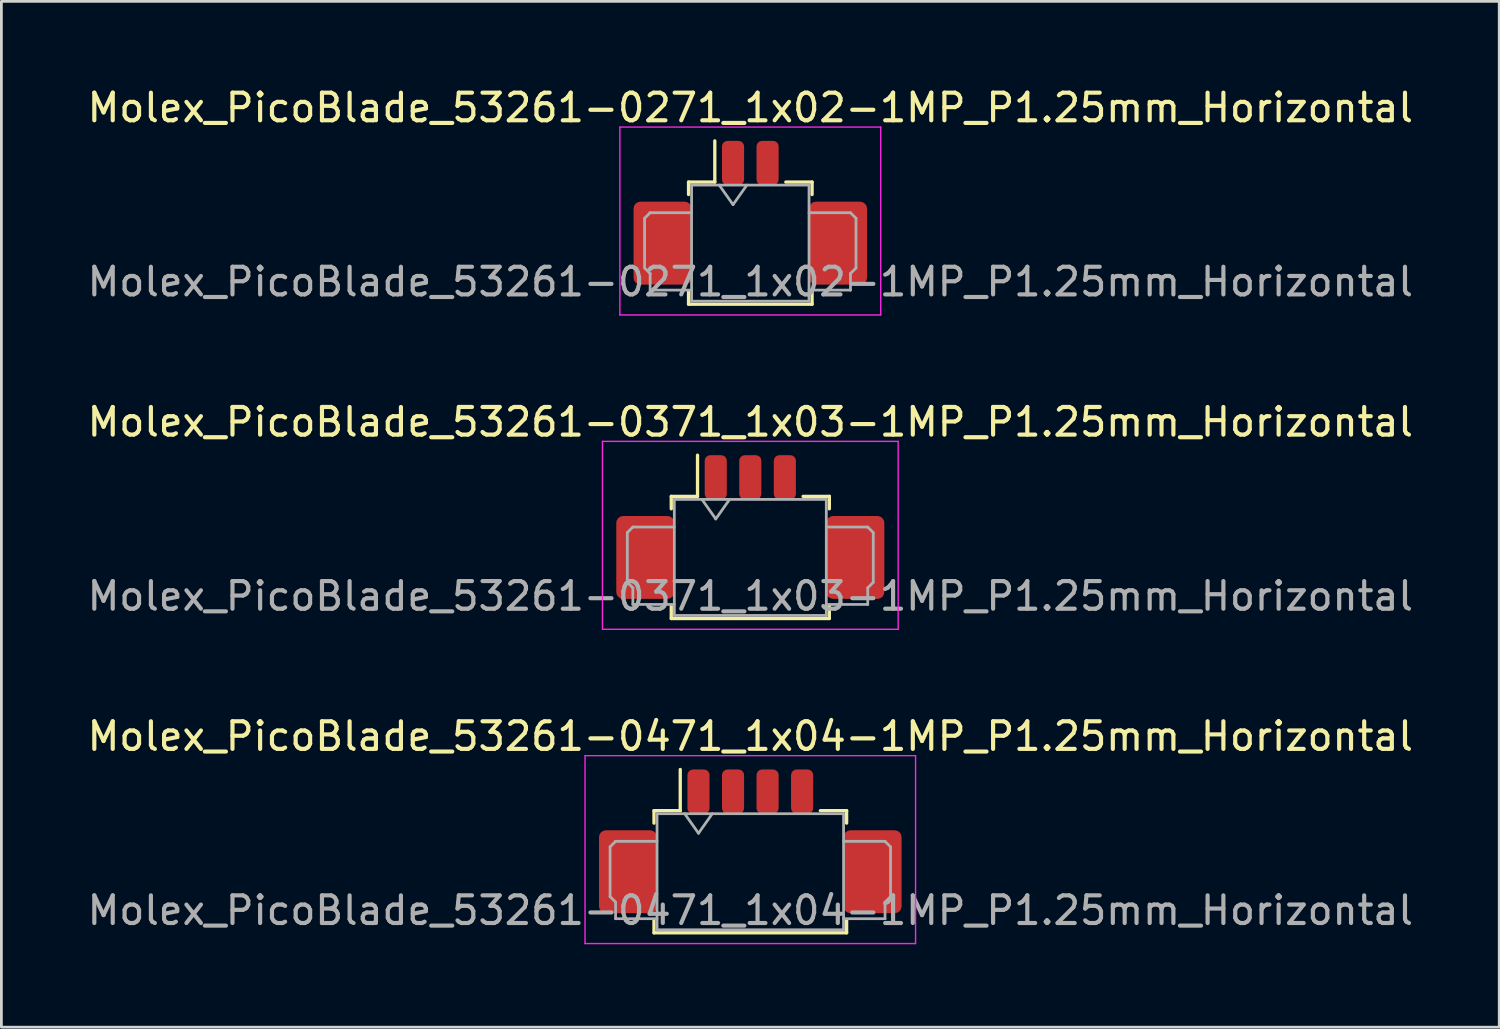
<source format=kicad_pcb>
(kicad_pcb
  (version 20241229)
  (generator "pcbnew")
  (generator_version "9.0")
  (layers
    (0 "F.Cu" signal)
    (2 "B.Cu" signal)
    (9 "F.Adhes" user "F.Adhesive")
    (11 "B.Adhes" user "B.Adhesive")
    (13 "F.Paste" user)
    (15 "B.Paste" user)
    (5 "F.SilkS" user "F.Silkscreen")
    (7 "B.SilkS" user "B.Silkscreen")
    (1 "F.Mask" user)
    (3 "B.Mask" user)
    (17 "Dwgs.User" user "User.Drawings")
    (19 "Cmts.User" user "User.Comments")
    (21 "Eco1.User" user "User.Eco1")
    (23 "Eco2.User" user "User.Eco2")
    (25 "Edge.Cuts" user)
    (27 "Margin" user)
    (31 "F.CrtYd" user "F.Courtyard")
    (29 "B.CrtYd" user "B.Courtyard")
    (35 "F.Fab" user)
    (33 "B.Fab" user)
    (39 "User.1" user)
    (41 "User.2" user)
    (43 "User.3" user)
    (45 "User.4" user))
  (footprint "Molex_PicoBlade_53261-0471_1x04-1MP_P1.25mm_Horizontal"
    (layer "F.Cu")
    (at 24.101 27.995)
    (property "Reference" "Molex_PicoBlade_53261-0471_1x04-1MP_P1.25mm_Horizontal" (at 0 -4.4 0) (layer "F.SilkS") (effects (font (size 1 1) (thickness 0.15))))
    (attr smd)
    (fp_line (start -3.485 -1.71) (end -2.535 -1.71) (stroke (width 0.12) (type solid)) (layer "F.SilkS"))
    (fp_line (start -3.485 -1.26) (end -3.485 -1.71) (stroke (width 0.12) (type solid)) (layer "F.SilkS"))
    (fp_line (start -3.485 2.26) (end -3.485 2.71) (stroke (width 0.12) (type solid)) (layer "F.SilkS"))
    (fp_line (start -3.485 2.71) (end 3.485 2.71) (stroke (width 0.12) (type solid)) (layer "F.SilkS"))
    (fp_line (start -2.535 -1.71) (end -2.535 -3.2) (stroke (width 0.12) (type solid)) (layer "F.SilkS"))
    (fp_line (start 3.485 -1.71) (end 2.535 -1.71) (stroke (width 0.12) (type solid)) (layer "F.SilkS"))
    (fp_line (start 3.485 -1.26) (end 3.485 -1.71) (stroke (width 0.12) (type solid)) (layer "F.SilkS"))
    (fp_line (start 3.485 2.71) (end 3.485 2.26) (stroke (width 0.12) (type solid)) (layer "F.SilkS"))
    (fp_line (start -5.98 -3.7) (end -5.98 3.1) (stroke (width 0.05) (type solid)) (layer "F.CrtYd"))
    (fp_line (start -5.98 3.1) (end 5.98 3.1) (stroke (width 0.05) (type solid)) (layer "F.CrtYd"))
    (fp_line (start 5.98 -3.7) (end -5.98 -3.7) (stroke (width 0.05) (type solid)) (layer "F.CrtYd"))
    (fp_line (start 5.98 3.1) (end 5.98 -3.7) (stroke (width 0.05) (type solid)) (layer "F.CrtYd"))
    (fp_line (start -5.075 -0.4) (end -5.075 1.4) (stroke (width 0.1) (type solid)) (layer "F.Fab"))
    (fp_line (start -5.075 1.4) (end -4.875 1.6) (stroke (width 0.1) (type solid)) (layer "F.Fab"))
    (fp_line (start -4.875 -0.6) (end -5.075 -0.4) (stroke (width 0.1) (type solid)) (layer "F.Fab"))
    (fp_line (start -4.875 1.6) (end -4.875 2.2) (stroke (width 0.1) (type solid)) (layer "F.Fab"))
    (fp_line (start -4.875 2.2) (end -3.375 2.2) (stroke (width 0.1) (type solid)) (layer "F.Fab"))
    (fp_line (start -3.375 -1.6) (end -3.375 2.6) (stroke (width 0.1) (type solid)) (layer "F.Fab"))
    (fp_line (start -3.375 -1.6) (end 3.375 -1.6) (stroke (width 0.1) (type solid)) (layer "F.Fab"))
    (fp_line (start -3.375 -0.6) (end -4.875 -0.6) (stroke (width 0.1) (type solid)) (layer "F.Fab"))
    (fp_line (start -3.375 2.6) (end 3.375 2.6) (stroke (width 0.1) (type solid)) (layer "F.Fab"))
    (fp_line (start -2.375 -1.6) (end -1.875 -0.893) (stroke (width 0.1) (type solid)) (layer "F.Fab"))
    (fp_line (start -1.875 -0.893) (end -1.375 -1.6) (stroke (width 0.1) (type solid)) (layer "F.Fab"))
    (fp_line (start 3.375 -1.6) (end 3.375 2.6) (stroke (width 0.1) (type solid)) (layer "F.Fab"))
    (fp_line (start 3.375 -0.6) (end 4.875 -0.6) (stroke (width 0.1) (type solid)) (layer "F.Fab"))
    (fp_line (start 4.875 -0.6) (end 5.075 -0.4) (stroke (width 0.1) (type solid)) (layer "F.Fab"))
    (fp_line (start 4.875 1.6) (end 4.875 2.2) (stroke (width 0.1) (type solid)) (layer "F.Fab"))
    (fp_line (start 4.875 2.2) (end 3.375 2.2) (stroke (width 0.1) (type solid)) (layer "F.Fab"))
    (fp_line (start 5.075 -0.4) (end 5.075 1.4) (stroke (width 0.1) (type solid)) (layer "F.Fab"))
    (fp_line (start 5.075 1.4) (end 4.875 1.6) (stroke (width 0.1) (type solid)) (layer "F.Fab"))
    (fp_text user "${REFERENCE}" (at 0 1.9 0) (layer "F.Fab") (effects (font (size 1 1) (thickness 0.15))))
    (pad "1" smd roundrect (at -1.875 -2.4) (size 0.8 1.6) (layers "F.Cu" "F.Mask" "F.Paste") (roundrect_rratio 0.25))
    (pad "2" smd roundrect (at -0.625 -2.4) (size 0.8 1.6) (layers "F.Cu" "F.Mask" "F.Paste") (roundrect_rratio 0.25))
    (pad "3" smd roundrect (at 0.625 -2.4) (size 0.8 1.6) (layers "F.Cu" "F.Mask" "F.Paste") (roundrect_rratio 0.25))
    (pad "4" smd roundrect (at 1.875 -2.4) (size 0.8 1.6) (layers "F.Cu" "F.Mask" "F.Paste") (roundrect_rratio 0.25))
    (pad "MP" smd roundrect (at -4.425 0.5) (size 2.1 3) (layers "F.Cu" "F.Mask" "F.Paste") (roundrect_rratio 0.119))
    (pad "MP" smd roundrect (at 4.425 0.5) (size 2.1 3) (layers "F.Cu" "F.Mask" "F.Paste") (roundrect_rratio 0.119)))
  (footprint "Molex_PicoBlade_53261-0371_1x03-1MP_P1.25mm_Horizontal"
    (layer "F.Cu")
    (at 24.101 16.622)
    (property "Reference" "Molex_PicoBlade_53261-0371_1x03-1MP_P1.25mm_Horizontal" (at 0 -4.4 0) (layer "F.SilkS") (effects (font (size 1 1) (thickness 0.15))))
    (attr smd)
    (fp_line (start -2.86 -1.71) (end -1.91 -1.71) (stroke (width 0.12) (type solid)) (layer "F.SilkS"))
    (fp_line (start -2.86 -1.26) (end -2.86 -1.71) (stroke (width 0.12) (type solid)) (layer "F.SilkS"))
    (fp_line (start -2.86 2.26) (end -2.86 2.71) (stroke (width 0.12) (type solid)) (layer "F.SilkS"))
    (fp_line (start -2.86 2.71) (end 2.86 2.71) (stroke (width 0.12) (type solid)) (layer "F.SilkS"))
    (fp_line (start -1.91 -1.71) (end -1.91 -3.2) (stroke (width 0.12) (type solid)) (layer "F.SilkS"))
    (fp_line (start 2.86 -1.71) (end 1.91 -1.71) (stroke (width 0.12) (type solid)) (layer "F.SilkS"))
    (fp_line (start 2.86 -1.26) (end 2.86 -1.71) (stroke (width 0.12) (type solid)) (layer "F.SilkS"))
    (fp_line (start 2.86 2.71) (end 2.86 2.26) (stroke (width 0.12) (type solid)) (layer "F.SilkS"))
    (fp_line (start -5.35 -3.7) (end -5.35 3.1) (stroke (width 0.05) (type solid)) (layer "F.CrtYd"))
    (fp_line (start -5.35 3.1) (end 5.35 3.1) (stroke (width 0.05) (type solid)) (layer "F.CrtYd"))
    (fp_line (start 5.35 -3.7) (end -5.35 -3.7) (stroke (width 0.05) (type solid)) (layer "F.CrtYd"))
    (fp_line (start 5.35 3.1) (end 5.35 -3.7) (stroke (width 0.05) (type solid)) (layer "F.CrtYd"))
    (fp_line (start -4.45 -0.4) (end -4.45 1.4) (stroke (width 0.1) (type solid)) (layer "F.Fab"))
    (fp_line (start -4.45 1.4) (end -4.25 1.6) (stroke (width 0.1) (type solid)) (layer "F.Fab"))
    (fp_line (start -4.25 -0.6) (end -4.45 -0.4) (stroke (width 0.1) (type solid)) (layer "F.Fab"))
    (fp_line (start -4.25 1.6) (end -4.25 2.2) (stroke (width 0.1) (type solid)) (layer "F.Fab"))
    (fp_line (start -4.25 2.2) (end -2.75 2.2) (stroke (width 0.1) (type solid)) (layer "F.Fab"))
    (fp_line (start -2.75 -1.6) (end -2.75 2.6) (stroke (width 0.1) (type solid)) (layer "F.Fab"))
    (fp_line (start -2.75 -1.6) (end 2.75 -1.6) (stroke (width 0.1) (type solid)) (layer "F.Fab"))
    (fp_line (start -2.75 -0.6) (end -4.25 -0.6) (stroke (width 0.1) (type solid)) (layer "F.Fab"))
    (fp_line (start -2.75 2.6) (end 2.75 2.6) (stroke (width 0.1) (type solid)) (layer "F.Fab"))
    (fp_line (start -1.75 -1.6) (end -1.25 -0.893) (stroke (width 0.1) (type solid)) (layer "F.Fab"))
    (fp_line (start -1.25 -0.893) (end -0.75 -1.6) (stroke (width 0.1) (type solid)) (layer "F.Fab"))
    (fp_line (start 2.75 -1.6) (end 2.75 2.6) (stroke (width 0.1) (type solid)) (layer "F.Fab"))
    (fp_line (start 2.75 -0.6) (end 4.25 -0.6) (stroke (width 0.1) (type solid)) (layer "F.Fab"))
    (fp_line (start 4.25 -0.6) (end 4.45 -0.4) (stroke (width 0.1) (type solid)) (layer "F.Fab"))
    (fp_line (start 4.25 1.6) (end 4.25 2.2) (stroke (width 0.1) (type solid)) (layer "F.Fab"))
    (fp_line (start 4.25 2.2) (end 2.75 2.2) (stroke (width 0.1) (type solid)) (layer "F.Fab"))
    (fp_line (start 4.45 -0.4) (end 4.45 1.4) (stroke (width 0.1) (type solid)) (layer "F.Fab"))
    (fp_line (start 4.45 1.4) (end 4.25 1.6) (stroke (width 0.1) (type solid)) (layer "F.Fab"))
    (fp_text user "${REFERENCE}" (at 0 1.9 0) (layer "F.Fab") (effects (font (size 1 1) (thickness 0.15))))
    (pad "1" smd roundrect (at -1.25 -2.4) (size 0.8 1.6) (layers "F.Cu" "F.Mask" "F.Paste") (roundrect_rratio 0.25))
    (pad "2" smd roundrect (at 0 -2.4) (size 0.8 1.6) (layers "F.Cu" "F.Mask" "F.Paste") (roundrect_rratio 0.25))
    (pad "3" smd roundrect (at 1.25 -2.4) (size 0.8 1.6) (layers "F.Cu" "F.Mask" "F.Paste") (roundrect_rratio 0.25))
    (pad "MP" smd roundrect (at -3.8 0.5) (size 2.1 3) (layers "F.Cu" "F.Mask" "F.Paste") (roundrect_rratio 0.119))
    (pad "MP" smd roundrect (at 3.8 0.5) (size 2.1 3) (layers "F.Cu" "F.Mask" "F.Paste") (roundrect_rratio 0.119)))
  (footprint "Molex_PicoBlade_53261-0271_1x02-1MP_P1.25mm_Horizontal"
    (layer "F.Cu")
    (at 24.101 5.248)
    (property "Reference" "Molex_PicoBlade_53261-0271_1x02-1MP_P1.25mm_Horizontal" (at 0 -4.4 0) (layer "F.SilkS") (effects (font (size 1 1) (thickness 0.15))))
    (attr smd)
    (fp_line (start -2.235 -1.71) (end -1.285 -1.71) (stroke (width 0.12) (type solid)) (layer "F.SilkS"))
    (fp_line (start -2.235 -1.26) (end -2.235 -1.71) (stroke (width 0.12) (type solid)) (layer "F.SilkS"))
    (fp_line (start -2.235 2.26) (end -2.235 2.71) (stroke (width 0.12) (type solid)) (layer "F.SilkS"))
    (fp_line (start -2.235 2.71) (end 2.235 2.71) (stroke (width 0.12) (type solid)) (layer "F.SilkS"))
    (fp_line (start -1.285 -1.71) (end -1.285 -3.2) (stroke (width 0.12) (type solid)) (layer "F.SilkS"))
    (fp_line (start 2.235 -1.71) (end 1.285 -1.71) (stroke (width 0.12) (type solid)) (layer "F.SilkS"))
    (fp_line (start 2.235 -1.26) (end 2.235 -1.71) (stroke (width 0.12) (type solid)) (layer "F.SilkS"))
    (fp_line (start 2.235 2.71) (end 2.235 2.26) (stroke (width 0.12) (type solid)) (layer "F.SilkS"))
    (fp_line (start -4.72 -3.7) (end -4.72 3.1) (stroke (width 0.05) (type solid)) (layer "F.CrtYd"))
    (fp_line (start -4.72 3.1) (end 4.72 3.1) (stroke (width 0.05) (type solid)) (layer "F.CrtYd"))
    (fp_line (start 4.72 -3.7) (end -4.72 -3.7) (stroke (width 0.05) (type solid)) (layer "F.CrtYd"))
    (fp_line (start 4.72 3.1) (end 4.72 -3.7) (stroke (width 0.05) (type solid)) (layer "F.CrtYd"))
    (fp_line (start -3.825 -0.4) (end -3.825 1.4) (stroke (width 0.1) (type solid)) (layer "F.Fab"))
    (fp_line (start -3.825 1.4) (end -3.625 1.6) (stroke (width 0.1) (type solid)) (layer "F.Fab"))
    (fp_line (start -3.625 -0.6) (end -3.825 -0.4) (stroke (width 0.1) (type solid)) (layer "F.Fab"))
    (fp_line (start -3.625 1.6) (end -3.625 2.2) (stroke (width 0.1) (type solid)) (layer "F.Fab"))
    (fp_line (start -3.625 2.2) (end -2.125 2.2) (stroke (width 0.1) (type solid)) (layer "F.Fab"))
    (fp_line (start -2.125 -1.6) (end -2.125 2.6) (stroke (width 0.1) (type solid)) (layer "F.Fab"))
    (fp_line (start -2.125 -1.6) (end 2.125 -1.6) (stroke (width 0.1) (type solid)) (layer "F.Fab"))
    (fp_line (start -2.125 -0.6) (end -3.625 -0.6) (stroke (width 0.1) (type solid)) (layer "F.Fab"))
    (fp_line (start -2.125 2.6) (end 2.125 2.6) (stroke (width 0.1) (type solid)) (layer "F.Fab"))
    (fp_line (start -1.125 -1.6) (end -0.625 -0.893) (stroke (width 0.1) (type solid)) (layer "F.Fab"))
    (fp_line (start -0.625 -0.893) (end -0.125 -1.6) (stroke (width 0.1) (type solid)) (layer "F.Fab"))
    (fp_line (start 2.125 -1.6) (end 2.125 2.6) (stroke (width 0.1) (type solid)) (layer "F.Fab"))
    (fp_line (start 2.125 -0.6) (end 3.625 -0.6) (stroke (width 0.1) (type solid)) (layer "F.Fab"))
    (fp_line (start 3.625 -0.6) (end 3.825 -0.4) (stroke (width 0.1) (type solid)) (layer "F.Fab"))
    (fp_line (start 3.625 1.6) (end 3.625 2.2) (stroke (width 0.1) (type solid)) (layer "F.Fab"))
    (fp_line (start 3.625 2.2) (end 2.125 2.2) (stroke (width 0.1) (type solid)) (layer "F.Fab"))
    (fp_line (start 3.825 -0.4) (end 3.825 1.4) (stroke (width 0.1) (type solid)) (layer "F.Fab"))
    (fp_line (start 3.825 1.4) (end 3.625 1.6) (stroke (width 0.1) (type solid)) (layer "F.Fab"))
    (fp_text user "${REFERENCE}" (at 0 1.9 0) (layer "F.Fab") (effects (font (size 1 1) (thickness 0.15))))
    (pad "1" smd roundrect (at -0.625 -2.4) (size 0.8 1.6) (layers "F.Cu" "F.Mask" "F.Paste") (roundrect_rratio 0.25))
    (pad "2" smd roundrect (at 0.625 -2.4) (size 0.8 1.6) (layers "F.Cu" "F.Mask" "F.Paste") (roundrect_rratio 0.25))
    (pad "MP" smd roundrect (at -3.175 0.5) (size 2.1 3) (layers "F.Cu" "F.Mask" "F.Paste") (roundrect_rratio 0.119))
    (pad "MP" smd roundrect (at 3.175 0.5) (size 2.1 3) (layers "F.Cu" "F.Mask" "F.Paste") (roundrect_rratio 0.119)))
  (gr_rect
    (start -3 -3)
    (end 51.202 34.12)
    (stroke (width 0.1) (type default))
    (fill no)
    (layer "Edge.Cuts")))
</source>
